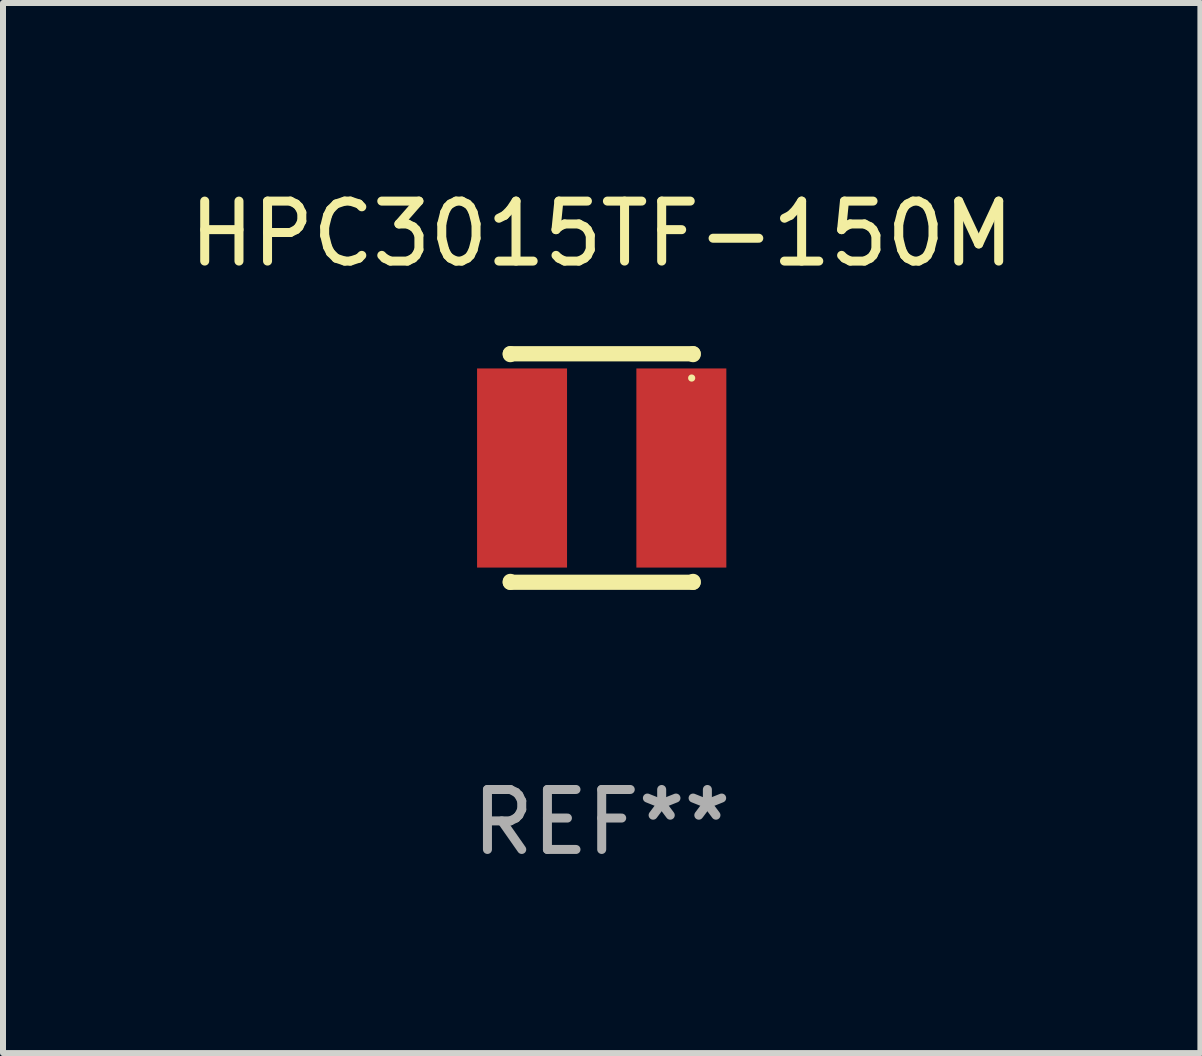
<source format=kicad_pcb>
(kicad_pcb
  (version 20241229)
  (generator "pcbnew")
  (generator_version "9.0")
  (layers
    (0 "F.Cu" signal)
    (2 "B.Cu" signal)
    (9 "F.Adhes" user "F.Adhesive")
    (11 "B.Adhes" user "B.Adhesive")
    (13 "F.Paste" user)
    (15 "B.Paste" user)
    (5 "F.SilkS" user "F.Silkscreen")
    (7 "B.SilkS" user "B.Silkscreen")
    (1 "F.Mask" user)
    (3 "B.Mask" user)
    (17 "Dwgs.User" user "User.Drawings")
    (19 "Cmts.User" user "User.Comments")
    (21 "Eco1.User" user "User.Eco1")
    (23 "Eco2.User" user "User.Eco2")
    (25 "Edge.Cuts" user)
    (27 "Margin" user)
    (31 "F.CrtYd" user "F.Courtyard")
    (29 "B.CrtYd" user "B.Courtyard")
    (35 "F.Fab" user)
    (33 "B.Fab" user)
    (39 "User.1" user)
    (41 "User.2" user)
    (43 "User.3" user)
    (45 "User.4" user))
  (footprint "HPC3015TF-150M"
    (layer "F.Cu")
    (at 6.982 4.753)
    (property "Reference" "HPC3015TF-150M" (at 0 -3.905 0) (layer "F.SilkS") (effects (font (size 1 1) (thickness 0.15))))
    (attr through_hole)
    (fp_line (start -1.524 -1.905) (end 1.524 -1.905) (stroke (width 0.254) (type solid)) (layer "F.SilkS"))
    (fp_line (start -1.524 -1.891) (end -1.524 -1.905) (stroke (width 0.254) (type solid)) (layer "F.SilkS"))
    (fp_line (start -1.524 1.905) (end -1.524 1.891) (stroke (width 0.254) (type solid)) (layer "F.SilkS"))
    (fp_line (start -1.524 1.905) (end 1.524 1.905) (stroke (width 0.254) (type solid)) (layer "F.SilkS"))
    (fp_line (start 1.524 -1.905) (end 1.524 -1.891) (stroke (width 0.254) (type solid)) (layer "F.SilkS"))
    (fp_line (start 1.524 1.891) (end 1.524 1.905) (stroke (width 0.254) (type solid)) (layer "F.SilkS"))
    (fp_circle (center 1.5 -1.5) (end 1.53 -1.5) (stroke (width 0.06) (type solid)) (fill no) (layer "F.SilkS"))
    (fp_text user "REF**" (at 0 5.905 0) (layer "F.Fab") (effects (font (size 1 1) (thickness 0.15))))
    (pad "1" smd rect (at 1.328 0) (size 1.5 3.32) (layers "F.Cu" "F.Mask" "F.Paste"))
    (pad "2" smd rect (at -1.328 0) (size 1.5 3.32) (layers "F.Cu" "F.Mask" "F.Paste")))
  (gr_rect
    (start -3 -3)
    (end 16.964 14.507)
    (stroke (width 0.1) (type default))
    (fill no)
    (layer "Edge.Cuts")))
</source>
